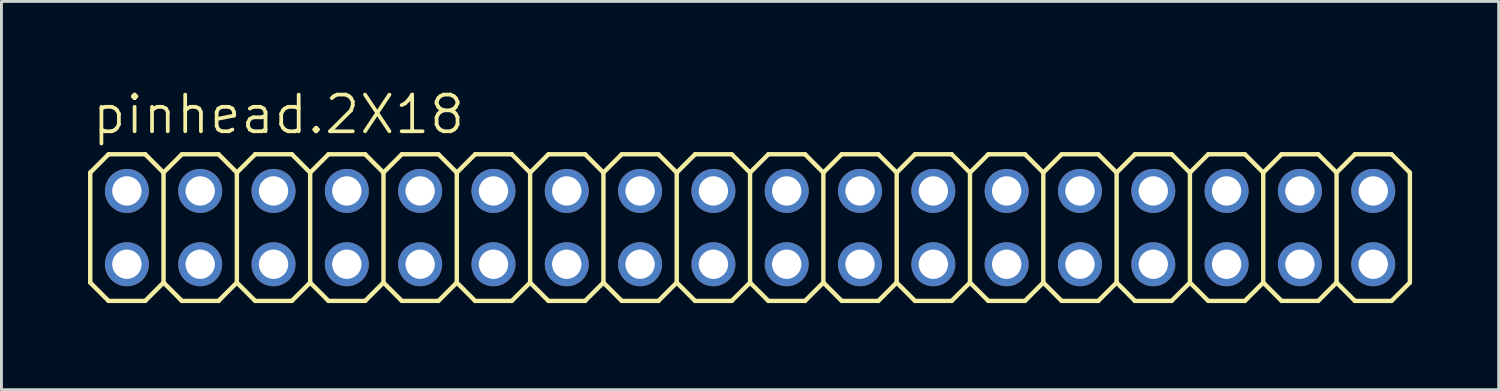
<source format=kicad_pcb>
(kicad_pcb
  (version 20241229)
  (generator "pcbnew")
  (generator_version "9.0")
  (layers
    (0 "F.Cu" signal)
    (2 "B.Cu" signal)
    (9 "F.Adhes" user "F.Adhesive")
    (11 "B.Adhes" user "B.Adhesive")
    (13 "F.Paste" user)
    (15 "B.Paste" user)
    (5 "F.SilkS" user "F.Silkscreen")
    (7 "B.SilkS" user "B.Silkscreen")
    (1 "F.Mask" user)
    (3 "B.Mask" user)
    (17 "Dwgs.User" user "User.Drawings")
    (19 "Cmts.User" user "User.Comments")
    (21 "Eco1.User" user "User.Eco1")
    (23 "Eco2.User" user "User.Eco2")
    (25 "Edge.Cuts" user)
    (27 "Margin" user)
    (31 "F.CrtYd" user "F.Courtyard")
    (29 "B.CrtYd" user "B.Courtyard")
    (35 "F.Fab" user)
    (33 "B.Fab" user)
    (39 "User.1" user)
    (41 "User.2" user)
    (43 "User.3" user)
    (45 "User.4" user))
  (footprint "pinhead.2X18"
    (layer "F.Cu")
    (at 22.936 4.835)
    (property "Reference" "pinhead.2X18" (at -22.86 -3.175 0) (layer "F.SilkS") (effects (font (size 1.27 1.27) (thickness 0.13)) (justify left bottom)))
    (attr through_hole)
    (fp_line (start -22.86 -1.905) (end -22.225 -2.54) (stroke (width 0.152) (type default)) (layer "F.SilkS"))
    (fp_line (start -22.86 1.905) (end -22.86 -1.905) (stroke (width 0.152) (type default)) (layer "F.SilkS"))
    (fp_line (start -22.86 1.905) (end -22.225 2.54) (stroke (width 0.152) (type default)) (layer "F.SilkS"))
    (fp_line (start -22.225 -2.54) (end -20.955 -2.54) (stroke (width 0.152) (type default)) (layer "F.SilkS"))
    (fp_line (start -22.225 2.54) (end -20.955 2.54) (stroke (width 0.152) (type default)) (layer "F.SilkS"))
    (fp_line (start -20.955 -2.54) (end -20.32 -1.905) (stroke (width 0.152) (type default)) (layer "F.SilkS"))
    (fp_line (start -20.955 2.54) (end -20.32 1.905) (stroke (width 0.152) (type default)) (layer "F.SilkS"))
    (fp_line (start -20.32 -1.905) (end -20.32 1.905) (stroke (width 0.152) (type default)) (layer "F.SilkS"))
    (fp_line (start -20.32 -1.905) (end -19.685 -2.54) (stroke (width 0.152) (type default)) (layer "F.SilkS"))
    (fp_line (start -20.32 1.905) (end -19.685 2.54) (stroke (width 0.152) (type default)) (layer "F.SilkS"))
    (fp_line (start -19.685 -2.54) (end -18.415 -2.54) (stroke (width 0.152) (type default)) (layer "F.SilkS"))
    (fp_line (start -19.685 2.54) (end -18.415 2.54) (stroke (width 0.152) (type default)) (layer "F.SilkS"))
    (fp_line (start -18.415 -2.54) (end -17.78 -1.905) (stroke (width 0.152) (type default)) (layer "F.SilkS"))
    (fp_line (start -18.415 2.54) (end -17.78 1.905) (stroke (width 0.152) (type default)) (layer "F.SilkS"))
    (fp_line (start -17.78 -1.905) (end -17.78 1.905) (stroke (width 0.152) (type default)) (layer "F.SilkS"))
    (fp_line (start -17.78 -1.905) (end -17.145 -2.54) (stroke (width 0.152) (type default)) (layer "F.SilkS"))
    (fp_line (start -17.78 1.905) (end -17.145 2.54) (stroke (width 0.152) (type default)) (layer "F.SilkS"))
    (fp_line (start -17.145 -2.54) (end -15.875 -2.54) (stroke (width 0.152) (type default)) (layer "F.SilkS"))
    (fp_line (start -17.145 2.54) (end -15.875 2.54) (stroke (width 0.152) (type default)) (layer "F.SilkS"))
    (fp_line (start -15.875 -2.54) (end -15.24 -1.905) (stroke (width 0.152) (type default)) (layer "F.SilkS"))
    (fp_line (start -15.875 2.54) (end -15.24 1.905) (stroke (width 0.152) (type default)) (layer "F.SilkS"))
    (fp_line (start -15.24 -1.905) (end -15.24 1.905) (stroke (width 0.152) (type default)) (layer "F.SilkS"))
    (fp_line (start -15.24 -1.905) (end -14.605 -2.54) (stroke (width 0.152) (type default)) (layer "F.SilkS"))
    (fp_line (start -15.24 1.905) (end -14.605 2.54) (stroke (width 0.152) (type default)) (layer "F.SilkS"))
    (fp_line (start -14.605 -2.54) (end -13.335 -2.54) (stroke (width 0.152) (type default)) (layer "F.SilkS"))
    (fp_line (start -14.605 2.54) (end -13.335 2.54) (stroke (width 0.152) (type default)) (layer "F.SilkS"))
    (fp_line (start -13.335 -2.54) (end -12.7 -1.905) (stroke (width 0.152) (type default)) (layer "F.SilkS"))
    (fp_line (start -13.335 2.54) (end -12.7 1.905) (stroke (width 0.152) (type default)) (layer "F.SilkS"))
    (fp_line (start -12.7 -1.905) (end -12.7 1.905) (stroke (width 0.152) (type default)) (layer "F.SilkS"))
    (fp_line (start -12.7 -1.905) (end -12.065 -2.54) (stroke (width 0.152) (type default)) (layer "F.SilkS"))
    (fp_line (start -12.7 1.905) (end -12.065 2.54) (stroke (width 0.152) (type default)) (layer "F.SilkS"))
    (fp_line (start -12.065 -2.54) (end -10.795 -2.54) (stroke (width 0.152) (type default)) (layer "F.SilkS"))
    (fp_line (start -12.065 2.54) (end -10.795 2.54) (stroke (width 0.152) (type default)) (layer "F.SilkS"))
    (fp_line (start -10.795 -2.54) (end -10.16 -1.905) (stroke (width 0.152) (type default)) (layer "F.SilkS"))
    (fp_line (start -10.795 2.54) (end -10.16 1.905) (stroke (width 0.152) (type default)) (layer "F.SilkS"))
    (fp_line (start -10.16 -1.905) (end -10.16 1.905) (stroke (width 0.152) (type default)) (layer "F.SilkS"))
    (fp_line (start -10.16 -1.905) (end -9.525 -2.54) (stroke (width 0.152) (type default)) (layer "F.SilkS"))
    (fp_line (start -10.16 1.905) (end -9.525 2.54) (stroke (width 0.152) (type default)) (layer "F.SilkS"))
    (fp_line (start -9.525 -2.54) (end -8.255 -2.54) (stroke (width 0.152) (type default)) (layer "F.SilkS"))
    (fp_line (start -9.525 2.54) (end -8.255 2.54) (stroke (width 0.152) (type default)) (layer "F.SilkS"))
    (fp_line (start -8.255 -2.54) (end -7.62 -1.905) (stroke (width 0.152) (type default)) (layer "F.SilkS"))
    (fp_line (start -8.255 2.54) (end -7.62 1.905) (stroke (width 0.152) (type default)) (layer "F.SilkS"))
    (fp_line (start -7.62 -1.905) (end -7.62 1.905) (stroke (width 0.152) (type default)) (layer "F.SilkS"))
    (fp_line (start -7.62 -1.905) (end -6.985 -2.54) (stroke (width 0.152) (type default)) (layer "F.SilkS"))
    (fp_line (start -7.62 1.905) (end -6.985 2.54) (stroke (width 0.152) (type default)) (layer "F.SilkS"))
    (fp_line (start -6.985 -2.54) (end -5.715 -2.54) (stroke (width 0.152) (type default)) (layer "F.SilkS"))
    (fp_line (start -5.715 -2.54) (end -5.08 -1.905) (stroke (width 0.152) (type default)) (layer "F.SilkS"))
    (fp_line (start -5.715 2.54) (end -6.985 2.54) (stroke (width 0.152) (type default)) (layer "F.SilkS"))
    (fp_line (start -5.08 -1.905) (end -5.08 1.905) (stroke (width 0.152) (type default)) (layer "F.SilkS"))
    (fp_line (start -5.08 -1.905) (end -4.445 -2.54) (stroke (width 0.152) (type default)) (layer "F.SilkS"))
    (fp_line (start -5.08 1.905) (end -5.715 2.54) (stroke (width 0.152) (type default)) (layer "F.SilkS"))
    (fp_line (start -5.08 1.905) (end -4.445 2.54) (stroke (width 0.152) (type default)) (layer "F.SilkS"))
    (fp_line (start -4.445 -2.54) (end -3.175 -2.54) (stroke (width 0.152) (type default)) (layer "F.SilkS"))
    (fp_line (start -3.175 -2.54) (end -2.54 -1.905) (stroke (width 0.152) (type default)) (layer "F.SilkS"))
    (fp_line (start -3.175 2.54) (end -4.445 2.54) (stroke (width 0.152) (type default)) (layer "F.SilkS"))
    (fp_line (start -2.54 -1.905) (end -2.54 1.905) (stroke (width 0.152) (type default)) (layer "F.SilkS"))
    (fp_line (start -2.54 -1.905) (end -1.905 -2.54) (stroke (width 0.152) (type default)) (layer "F.SilkS"))
    (fp_line (start -2.54 1.905) (end -3.175 2.54) (stroke (width 0.152) (type default)) (layer "F.SilkS"))
    (fp_line (start -2.54 1.905) (end -1.905 2.54) (stroke (width 0.152) (type default)) (layer "F.SilkS"))
    (fp_line (start -1.905 -2.54) (end -0.635 -2.54) (stroke (width 0.152) (type default)) (layer "F.SilkS"))
    (fp_line (start -0.635 -2.54) (end 0 -1.905) (stroke (width 0.152) (type default)) (layer "F.SilkS"))
    (fp_line (start -0.635 2.54) (end -1.905 2.54) (stroke (width 0.152) (type default)) (layer "F.SilkS"))
    (fp_line (start 0 -1.905) (end 0 1.905) (stroke (width 0.152) (type default)) (layer "F.SilkS"))
    (fp_line (start 0 -1.905) (end 0.635 -2.54) (stroke (width 0.152) (type default)) (layer "F.SilkS"))
    (fp_line (start 0 1.905) (end -0.635 2.54) (stroke (width 0.152) (type default)) (layer "F.SilkS"))
    (fp_line (start 0 1.905) (end 0.635 2.54) (stroke (width 0.152) (type default)) (layer "F.SilkS"))
    (fp_line (start 0.635 -2.54) (end 1.905 -2.54) (stroke (width 0.152) (type default)) (layer "F.SilkS"))
    (fp_line (start 1.905 -2.54) (end 2.54 -1.905) (stroke (width 0.152) (type default)) (layer "F.SilkS"))
    (fp_line (start 1.905 2.54) (end 0.635 2.54) (stroke (width 0.152) (type default)) (layer "F.SilkS"))
    (fp_line (start 2.54 -1.905) (end 2.54 1.905) (stroke (width 0.152) (type default)) (layer "F.SilkS"))
    (fp_line (start 2.54 -1.905) (end 3.175 -2.54) (stroke (width 0.152) (type default)) (layer "F.SilkS"))
    (fp_line (start 2.54 1.905) (end 1.905 2.54) (stroke (width 0.152) (type default)) (layer "F.SilkS"))
    (fp_line (start 2.54 1.905) (end 3.175 2.54) (stroke (width 0.152) (type default)) (layer "F.SilkS"))
    (fp_line (start 3.175 -2.54) (end 4.445 -2.54) (stroke (width 0.152) (type default)) (layer "F.SilkS"))
    (fp_line (start 4.445 -2.54) (end 5.08 -1.905) (stroke (width 0.152) (type default)) (layer "F.SilkS"))
    (fp_line (start 4.445 2.54) (end 3.175 2.54) (stroke (width 0.152) (type default)) (layer "F.SilkS"))
    (fp_line (start 5.08 -1.905) (end 5.08 1.905) (stroke (width 0.152) (type default)) (layer "F.SilkS"))
    (fp_line (start 5.08 -1.905) (end 5.715 -2.54) (stroke (width 0.152) (type default)) (layer "F.SilkS"))
    (fp_line (start 5.08 1.905) (end 4.445 2.54) (stroke (width 0.152) (type default)) (layer "F.SilkS"))
    (fp_line (start 5.08 1.905) (end 5.715 2.54) (stroke (width 0.152) (type default)) (layer "F.SilkS"))
    (fp_line (start 5.715 -2.54) (end 6.985 -2.54) (stroke (width 0.152) (type default)) (layer "F.SilkS"))
    (fp_line (start 6.985 2.54) (end 5.715 2.54) (stroke (width 0.152) (type default)) (layer "F.SilkS"))
    (fp_line (start 7.62 -1.905) (end 6.985 -2.54) (stroke (width 0.152) (type default)) (layer "F.SilkS"))
    (fp_line (start 7.62 -1.905) (end 7.62 1.905) (stroke (width 0.152) (type default)) (layer "F.SilkS"))
    (fp_line (start 7.62 -1.905) (end 8.255 -2.54) (stroke (width 0.152) (type default)) (layer "F.SilkS"))
    (fp_line (start 7.62 1.905) (end 6.985 2.54) (stroke (width 0.152) (type default)) (layer "F.SilkS"))
    (fp_line (start 7.62 1.905) (end 8.255 2.54) (stroke (width 0.152) (type default)) (layer "F.SilkS"))
    (fp_line (start 9.525 -2.54) (end 8.255 -2.54) (stroke (width 0.152) (type default)) (layer "F.SilkS"))
    (fp_line (start 9.525 -2.54) (end 10.16 -1.905) (stroke (width 0.152) (type default)) (layer "F.SilkS"))
    (fp_line (start 9.525 2.54) (end 8.255 2.54) (stroke (width 0.152) (type default)) (layer "F.SilkS"))
    (fp_line (start 10.16 -1.905) (end 10.16 1.905) (stroke (width 0.152) (type default)) (layer "F.SilkS"))
    (fp_line (start 10.16 -1.905) (end 10.795 -2.54) (stroke (width 0.152) (type default)) (layer "F.SilkS"))
    (fp_line (start 10.16 1.905) (end 9.525 2.54) (stroke (width 0.152) (type default)) (layer "F.SilkS"))
    (fp_line (start 10.16 1.905) (end 10.795 2.54) (stroke (width 0.152) (type default)) (layer "F.SilkS"))
    (fp_line (start 12.065 -2.54) (end 10.795 -2.54) (stroke (width 0.152) (type default)) (layer "F.SilkS"))
    (fp_line (start 12.065 -2.54) (end 12.7 -1.905) (stroke (width 0.152) (type default)) (layer "F.SilkS"))
    (fp_line (start 12.065 2.54) (end 10.795 2.54) (stroke (width 0.152) (type default)) (layer "F.SilkS"))
    (fp_line (start 12.7 -1.905) (end 12.7 1.905) (stroke (width 0.152) (type default)) (layer "F.SilkS"))
    (fp_line (start 12.7 -1.905) (end 13.335 -2.54) (stroke (width 0.152) (type default)) (layer "F.SilkS"))
    (fp_line (start 12.7 1.905) (end 12.065 2.54) (stroke (width 0.152) (type default)) (layer "F.SilkS"))
    (fp_line (start 13.335 2.54) (end 12.7 1.905) (stroke (width 0.152) (type default)) (layer "F.SilkS"))
    (fp_line (start 13.335 2.54) (end 14.605 2.54) (stroke (width 0.152) (type default)) (layer "F.SilkS"))
    (fp_line (start 14.605 -2.54) (end 13.335 -2.54) (stroke (width 0.152) (type default)) (layer "F.SilkS"))
    (fp_line (start 14.605 -2.54) (end 15.24 -1.905) (stroke (width 0.152) (type default)) (layer "F.SilkS"))
    (fp_line (start 15.24 -1.905) (end 15.24 1.905) (stroke (width 0.152) (type default)) (layer "F.SilkS"))
    (fp_line (start 15.24 -1.905) (end 15.875 -2.54) (stroke (width 0.152) (type default)) (layer "F.SilkS"))
    (fp_line (start 15.24 1.905) (end 14.605 2.54) (stroke (width 0.152) (type default)) (layer "F.SilkS"))
    (fp_line (start 15.875 2.54) (end 15.24 1.905) (stroke (width 0.152) (type default)) (layer "F.SilkS"))
    (fp_line (start 15.875 2.54) (end 17.145 2.54) (stroke (width 0.152) (type default)) (layer "F.SilkS"))
    (fp_line (start 17.145 -2.54) (end 15.875 -2.54) (stroke (width 0.152) (type default)) (layer "F.SilkS"))
    (fp_line (start 17.145 -2.54) (end 17.78 -1.905) (stroke (width 0.152) (type default)) (layer "F.SilkS"))
    (fp_line (start 17.78 -1.905) (end 17.78 1.905) (stroke (width 0.152) (type default)) (layer "F.SilkS"))
    (fp_line (start 17.78 -1.905) (end 18.415 -2.54) (stroke (width 0.152) (type default)) (layer "F.SilkS"))
    (fp_line (start 17.78 1.905) (end 17.145 2.54) (stroke (width 0.152) (type default)) (layer "F.SilkS"))
    (fp_line (start 17.78 1.905) (end 18.415 2.54) (stroke (width 0.152) (type default)) (layer "F.SilkS"))
    (fp_line (start 19.685 -2.54) (end 18.415 -2.54) (stroke (width 0.152) (type default)) (layer "F.SilkS"))
    (fp_line (start 19.685 -2.54) (end 20.32 -1.905) (stroke (width 0.152) (type default)) (layer "F.SilkS"))
    (fp_line (start 19.685 2.54) (end 18.415 2.54) (stroke (width 0.152) (type default)) (layer "F.SilkS"))
    (fp_line (start 20.32 -1.905) (end 20.32 1.905) (stroke (width 0.152) (type default)) (layer "F.SilkS"))
    (fp_line (start 20.32 -1.905) (end 20.955 -2.54) (stroke (width 0.152) (type default)) (layer "F.SilkS"))
    (fp_line (start 20.32 1.905) (end 19.685 2.54) (stroke (width 0.152) (type default)) (layer "F.SilkS"))
    (fp_line (start 20.32 1.905) (end 20.955 2.54) (stroke (width 0.152) (type default)) (layer "F.SilkS"))
    (fp_line (start 22.225 -2.54) (end 20.955 -2.54) (stroke (width 0.152) (type default)) (layer "F.SilkS"))
    (fp_line (start 22.225 -2.54) (end 22.86 -1.905) (stroke (width 0.152) (type default)) (layer "F.SilkS"))
    (fp_line (start 22.225 2.54) (end 20.955 2.54) (stroke (width 0.152) (type default)) (layer "F.SilkS"))
    (fp_line (start 22.86 -1.905) (end 22.86 1.905) (stroke (width 0.152) (type default)) (layer "F.SilkS"))
    (fp_line (start 22.86 1.905) (end 22.225 2.54) (stroke (width 0.152) (type default)) (layer "F.SilkS"))
    (fp_rect (start -21.844 -1.016) (end -21.336 -1.524) (stroke (width 0.05) (type default)) (fill no) (layer "F.Fab"))
    (fp_rect (start -21.844 1.524) (end -21.336 1.016) (stroke (width 0.05) (type default)) (fill no) (layer "F.Fab"))
    (fp_rect (start -19.304 -1.016) (end -18.796 -1.524) (stroke (width 0.05) (type default)) (fill no) (layer "F.Fab"))
    (fp_rect (start -19.304 1.524) (end -18.796 1.016) (stroke (width 0.05) (type default)) (fill no) (layer "F.Fab"))
    (fp_rect (start -16.764 -1.016) (end -16.256 -1.524) (stroke (width 0.05) (type default)) (fill no) (layer "F.Fab"))
    (fp_rect (start -16.764 1.524) (end -16.256 1.016) (stroke (width 0.05) (type default)) (fill no) (layer "F.Fab"))
    (fp_rect (start -14.224 -1.016) (end -13.716 -1.524) (stroke (width 0.05) (type default)) (fill no) (layer "F.Fab"))
    (fp_rect (start -14.224 1.524) (end -13.716 1.016) (stroke (width 0.05) (type default)) (fill no) (layer "F.Fab"))
    (fp_rect (start -11.684 -1.016) (end -11.176 -1.524) (stroke (width 0.05) (type default)) (fill no) (layer "F.Fab"))
    (fp_rect (start -11.684 1.524) (end -11.176 1.016) (stroke (width 0.05) (type default)) (fill no) (layer "F.Fab"))
    (fp_rect (start -9.144 -1.016) (end -8.636 -1.524) (stroke (width 0.05) (type default)) (fill no) (layer "F.Fab"))
    (fp_rect (start -9.144 1.524) (end -8.636 1.016) (stroke (width 0.05) (type default)) (fill no) (layer "F.Fab"))
    (fp_rect (start -6.604 -1.016) (end -6.096 -1.524) (stroke (width 0.05) (type default)) (fill no) (layer "F.Fab"))
    (fp_rect (start -6.604 1.524) (end -6.096 1.016) (stroke (width 0.05) (type default)) (fill no) (layer "F.Fab"))
    (fp_rect (start -4.064 -1.016) (end -3.556 -1.524) (stroke (width 0.05) (type default)) (fill no) (layer "F.Fab"))
    (fp_rect (start -4.064 1.524) (end -3.556 1.016) (stroke (width 0.05) (type default)) (fill no) (layer "F.Fab"))
    (fp_rect (start -1.524 -1.016) (end -1.016 -1.524) (stroke (width 0.05) (type default)) (fill no) (layer "F.Fab"))
    (fp_rect (start -1.524 1.524) (end -1.016 1.016) (stroke (width 0.05) (type default)) (fill no) (layer "F.Fab"))
    (fp_rect (start 1.016 -1.016) (end 1.524 -1.524) (stroke (width 0.05) (type default)) (fill no) (layer "F.Fab"))
    (fp_rect (start 1.016 1.524) (end 1.524 1.016) (stroke (width 0.05) (type default)) (fill no) (layer "F.Fab"))
    (fp_rect (start 3.556 -1.016) (end 4.064 -1.524) (stroke (width 0.05) (type default)) (fill no) (layer "F.Fab"))
    (fp_rect (start 3.556 1.524) (end 4.064 1.016) (stroke (width 0.05) (type default)) (fill no) (layer "F.Fab"))
    (fp_rect (start 6.096 -1.016) (end 6.604 -1.524) (stroke (width 0.05) (type default)) (fill no) (layer "F.Fab"))
    (fp_rect (start 6.096 1.524) (end 6.604 1.016) (stroke (width 0.05) (type default)) (fill no) (layer "F.Fab"))
    (fp_rect (start 8.636 -1.016) (end 9.144 -1.524) (stroke (width 0.05) (type default)) (fill no) (layer "F.Fab"))
    (fp_rect (start 8.636 1.524) (end 9.144 1.016) (stroke (width 0.05) (type default)) (fill no) (layer "F.Fab"))
    (fp_rect (start 11.176 -1.016) (end 11.684 -1.524) (stroke (width 0.05) (type default)) (fill no) (layer "F.Fab"))
    (fp_rect (start 11.176 1.524) (end 11.684 1.016) (stroke (width 0.05) (type default)) (fill no) (layer "F.Fab"))
    (fp_rect (start 13.716 -1.016) (end 14.224 -1.524) (stroke (width 0.05) (type default)) (fill no) (layer "F.Fab"))
    (fp_rect (start 13.716 1.524) (end 14.224 1.016) (stroke (width 0.05) (type default)) (fill no) (layer "F.Fab"))
    (fp_rect (start 16.256 -1.016) (end 16.764 -1.524) (stroke (width 0.05) (type default)) (fill no) (layer "F.Fab"))
    (fp_rect (start 16.256 1.524) (end 16.764 1.016) (stroke (width 0.05) (type default)) (fill no) (layer "F.Fab"))
    (fp_rect (start 18.796 -1.016) (end 19.304 -1.524) (stroke (width 0.05) (type default)) (fill no) (layer "F.Fab"))
    (fp_rect (start 18.796 1.524) (end 19.304 1.016) (stroke (width 0.05) (type default)) (fill no) (layer "F.Fab"))
    (fp_rect (start 21.336 -1.016) (end 21.844 -1.524) (stroke (width 0.05) (type default)) (fill no) (layer "F.Fab"))
    (fp_rect (start 21.336 1.524) (end 21.844 1.016) (stroke (width 0.05) (type default)) (fill no) (layer "F.Fab"))
    (pad "1" thru_hole circle (at -21.59 1.27) (size 1.524 1.524) (drill 1.016) (layers "*.Cu" "*.Mask"))
    (pad "2" thru_hole circle (at -21.59 -1.27) (size 1.524 1.524) (drill 1.016) (layers "*.Cu" "*.Mask"))
    (pad "3" thru_hole circle (at -19.05 1.27) (size 1.524 1.524) (drill 1.016) (layers "*.Cu" "*.Mask"))
    (pad "4" thru_hole circle (at -19.05 -1.27) (size 1.524 1.524) (drill 1.016) (layers "*.Cu" "*.Mask"))
    (pad "5" thru_hole circle (at -16.51 1.27) (size 1.524 1.524) (drill 1.016) (layers "*.Cu" "*.Mask"))
    (pad "6" thru_hole circle (at -16.51 -1.27) (size 1.524 1.524) (drill 1.016) (layers "*.Cu" "*.Mask"))
    (pad "7" thru_hole circle (at -13.97 1.27) (size 1.524 1.524) (drill 1.016) (layers "*.Cu" "*.Mask"))
    (pad "8" thru_hole circle (at -13.97 -1.27) (size 1.524 1.524) (drill 1.016) (layers "*.Cu" "*.Mask"))
    (pad "9" thru_hole circle (at -11.43 1.27) (size 1.524 1.524) (drill 1.016) (layers "*.Cu" "*.Mask"))
    (pad "10" thru_hole circle (at -11.43 -1.27) (size 1.524 1.524) (drill 1.016) (layers "*.Cu" "*.Mask"))
    (pad "11" thru_hole circle (at -8.89 1.27) (size 1.524 1.524) (drill 1.016) (layers "*.Cu" "*.Mask"))
    (pad "12" thru_hole circle (at -8.89 -1.27) (size 1.524 1.524) (drill 1.016) (layers "*.Cu" "*.Mask"))
    (pad "13" thru_hole circle (at -6.35 1.27) (size 1.524 1.524) (drill 1.016) (layers "*.Cu" "*.Mask"))
    (pad "14" thru_hole circle (at -6.35 -1.27) (size 1.524 1.524) (drill 1.016) (layers "*.Cu" "*.Mask"))
    (pad "15" thru_hole circle (at -3.81 1.27) (size 1.524 1.524) (drill 1.016) (layers "*.Cu" "*.Mask"))
    (pad "16" thru_hole circle (at -3.81 -1.27) (size 1.524 1.524) (drill 1.016) (layers "*.Cu" "*.Mask"))
    (pad "17" thru_hole circle (at -1.27 1.27) (size 1.524 1.524) (drill 1.016) (layers "*.Cu" "*.Mask"))
    (pad "18" thru_hole circle (at -1.27 -1.27) (size 1.524 1.524) (drill 1.016) (layers "*.Cu" "*.Mask"))
    (pad "19" thru_hole circle (at 1.27 1.27) (size 1.524 1.524) (drill 1.016) (layers "*.Cu" "*.Mask"))
    (pad "20" thru_hole circle (at 1.27 -1.27) (size 1.524 1.524) (drill 1.016) (layers "*.Cu" "*.Mask"))
    (pad "21" thru_hole circle (at 3.81 1.27) (size 1.524 1.524) (drill 1.016) (layers "*.Cu" "*.Mask"))
    (pad "22" thru_hole circle (at 3.81 -1.27) (size 1.524 1.524) (drill 1.016) (layers "*.Cu" "*.Mask"))
    (pad "23" thru_hole circle (at 6.35 1.27) (size 1.524 1.524) (drill 1.016) (layers "*.Cu" "*.Mask"))
    (pad "24" thru_hole circle (at 6.35 -1.27) (size 1.524 1.524) (drill 1.016) (layers "*.Cu" "*.Mask"))
    (pad "25" thru_hole circle (at 8.89 1.27) (size 1.524 1.524) (drill 1.016) (layers "*.Cu" "*.Mask"))
    (pad "26" thru_hole circle (at 8.89 -1.27) (size 1.524 1.524) (drill 1.016) (layers "*.Cu" "*.Mask"))
    (pad "27" thru_hole circle (at 11.43 1.27) (size 1.524 1.524) (drill 1.016) (layers "*.Cu" "*.Mask"))
    (pad "28" thru_hole circle (at 11.43 -1.27) (size 1.524 1.524) (drill 1.016) (layers "*.Cu" "*.Mask"))
    (pad "29" thru_hole circle (at 13.97 1.27) (size 1.524 1.524) (drill 1.016) (layers "*.Cu" "*.Mask"))
    (pad "30" thru_hole circle (at 13.97 -1.27) (size 1.524 1.524) (drill 1.016) (layers "*.Cu" "*.Mask"))
    (pad "31" thru_hole circle (at 16.51 1.27) (size 1.524 1.524) (drill 1.016) (layers "*.Cu" "*.Mask"))
    (pad "32" thru_hole circle (at 16.51 -1.27) (size 1.524 1.524) (drill 1.016) (layers "*.Cu" "*.Mask"))
    (pad "33" thru_hole circle (at 19.05 1.27) (size 1.524 1.524) (drill 1.016) (layers "*.Cu" "*.Mask"))
    (pad "34" thru_hole circle (at 19.05 -1.27) (size 1.524 1.524) (drill 1.016) (layers "*.Cu" "*.Mask"))
    (pad "35" thru_hole circle (at 21.59 1.27) (size 1.524 1.524) (drill 1.016) (layers "*.Cu" "*.Mask"))
    (pad "36" thru_hole circle (at 21.59 -1.27) (size 1.524 1.524) (drill 1.016) (layers "*.Cu" "*.Mask")))
  (gr_rect
    (start -3 -3)
    (end 48.872 10.451)
    (stroke (width 0.1) (type default))
    (fill no)
    (layer "Edge.Cuts")))
</source>
